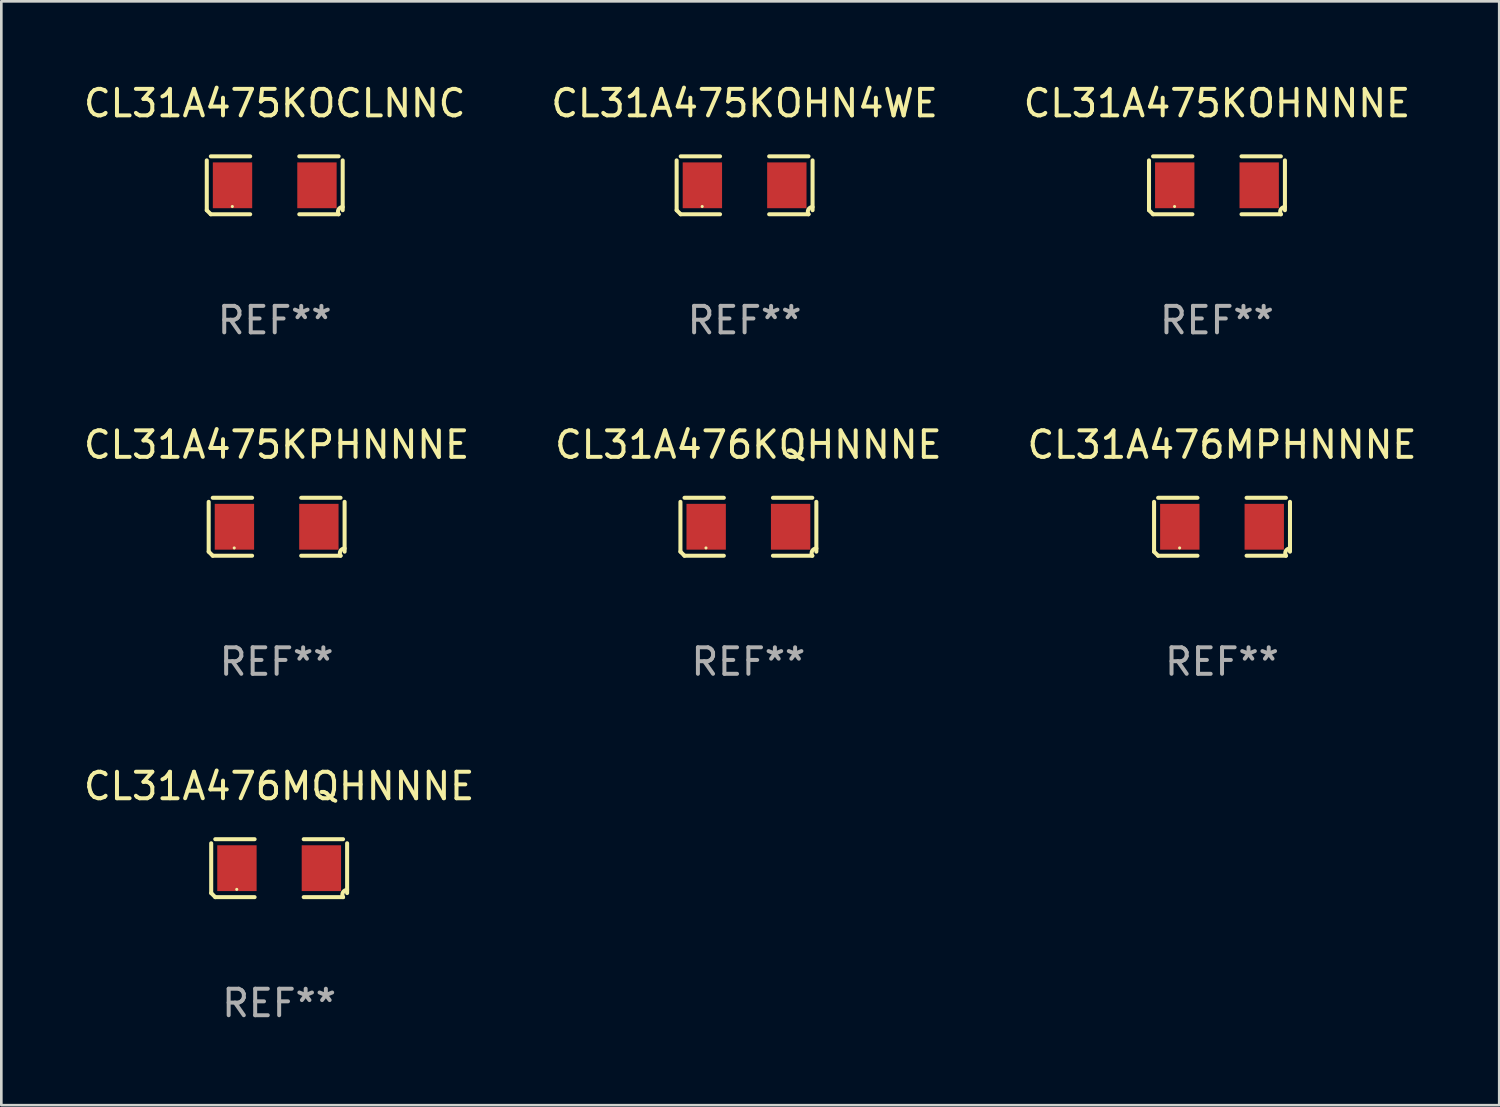
<source format=kicad_pcb>
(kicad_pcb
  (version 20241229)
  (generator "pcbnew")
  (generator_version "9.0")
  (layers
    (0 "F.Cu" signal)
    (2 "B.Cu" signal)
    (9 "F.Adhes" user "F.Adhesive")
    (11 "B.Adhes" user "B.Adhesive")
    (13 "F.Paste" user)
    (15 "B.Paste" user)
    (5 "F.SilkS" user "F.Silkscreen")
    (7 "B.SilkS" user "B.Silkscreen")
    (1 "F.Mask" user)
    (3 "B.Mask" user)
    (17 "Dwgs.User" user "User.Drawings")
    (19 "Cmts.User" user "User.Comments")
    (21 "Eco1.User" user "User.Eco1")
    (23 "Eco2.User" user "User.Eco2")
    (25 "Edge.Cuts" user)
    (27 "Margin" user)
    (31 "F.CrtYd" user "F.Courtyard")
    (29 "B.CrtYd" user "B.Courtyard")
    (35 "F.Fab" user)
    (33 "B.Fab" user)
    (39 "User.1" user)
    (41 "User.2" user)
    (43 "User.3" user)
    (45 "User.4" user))
  (footprint "CL31A475KOCLNNC"
    (layer "F.Cu")
    (at 7.315 3.941)
    (property "Reference" "CL31A475KOCLNNC" (at 0 -3.093 0) (layer "F.SilkS") (effects (font (size 1 1) (thickness 0.15))))
    (attr through_hole)
    (fp_line (start -2.564 0.94) (end -2.564 -0.94) (stroke (width 0.152) (type solid)) (layer "F.SilkS"))
    (fp_line (start -2.411 -1.093) (end -0.926 -1.093) (stroke (width 0.152) (type solid)) (layer "F.SilkS"))
    (fp_line (start -0.926 1.093) (end -2.411 1.093) (stroke (width 0.152) (type solid)) (layer "F.SilkS"))
    (fp_line (start 0.926 1.093) (end 2.411 1.093) (stroke (width 0.152) (type solid)) (layer "F.SilkS"))
    (fp_line (start 2.411 -1.093) (end 0.926 -1.093) (stroke (width 0.152) (type solid)) (layer "F.SilkS"))
    (fp_line (start 2.564 0.94) (end 2.564 -0.94) (stroke (width 0.152) (type solid)) (layer "F.SilkS"))
    (fp_arc (start -2.411201 1.092609) (mid -2.487413 1.01642) (end -2.563602 0.940208) (stroke (width 0.1524) (type solid)) (layer "F.SilkS"))
    (fp_arc (start 2.411201 1.092609) (mid 2.407159 0.911226) (end 2.563602 0.819347) (stroke (width 0.1524) (type solid)) (layer "F.SilkS"))
    (fp_circle (center -1.6 0.8) (end -1.57 0.8) (stroke (width 0.06) (type solid)) (fill no) (layer "F.SilkS"))
    (fp_text user "REF**" (at 0 5.093 0) (layer "F.Fab") (effects (font (size 1 1) (thickness 0.15))))
    (pad "1" smd rect (at -1.593 0) (size 1.485 1.728) (layers "F.Cu" "F.Mask" "F.Paste"))
    (pad "2" smd rect (at 1.593 0) (size 1.485 1.728) (layers "F.Cu" "F.Mask" "F.Paste")))
  (footprint "CL31A475KOHNNNE"
    (layer "F.Cu")
    (at 42.863 3.941)
    (property "Reference" "CL31A475KOHNNNE" (at 0 -3.093 0) (layer "F.SilkS") (effects (font (size 1 1) (thickness 0.15))))
    (attr through_hole)
    (fp_line (start -2.564 0.94) (end -2.564 -0.94) (stroke (width 0.152) (type solid)) (layer "F.SilkS"))
    (fp_line (start -2.411 -1.093) (end -0.926 -1.093) (stroke (width 0.152) (type solid)) (layer "F.SilkS"))
    (fp_line (start -0.926 1.093) (end -2.411 1.093) (stroke (width 0.152) (type solid)) (layer "F.SilkS"))
    (fp_line (start 0.926 1.093) (end 2.411 1.093) (stroke (width 0.152) (type solid)) (layer "F.SilkS"))
    (fp_line (start 2.411 -1.093) (end 0.926 -1.093) (stroke (width 0.152) (type solid)) (layer "F.SilkS"))
    (fp_line (start 2.564 0.94) (end 2.564 -0.94) (stroke (width 0.152) (type solid)) (layer "F.SilkS"))
    (fp_arc (start -2.411201 1.092609) (mid -2.487413 1.01642) (end -2.563602 0.940208) (stroke (width 0.1524) (type solid)) (layer "F.SilkS"))
    (fp_arc (start 2.411201 1.092609) (mid 2.407159 0.911226) (end 2.563602 0.819347) (stroke (width 0.1524) (type solid)) (layer "F.SilkS"))
    (fp_circle (center -1.6 0.8) (end -1.57 0.8) (stroke (width 0.06) (type solid)) (fill no) (layer "F.SilkS"))
    (fp_text user "REF**" (at 0 5.093 0) (layer "F.Fab") (effects (font (size 1 1) (thickness 0.15))))
    (pad "1" smd rect (at -1.593 0) (size 1.485 1.728) (layers "F.Cu" "F.Mask" "F.Paste"))
    (pad "2" smd rect (at 1.593 0) (size 1.485 1.728) (layers "F.Cu" "F.Mask" "F.Paste")))
  (footprint "CL31A475KPHNNNE"
    (layer "F.Cu")
    (at 7.387 16.823)
    (property "Reference" "CL31A475KPHNNNE" (at 0 -3.093 0) (layer "F.SilkS") (effects (font (size 1 1) (thickness 0.15))))
    (attr through_hole)
    (fp_line (start -2.564 0.94) (end -2.564 -0.94) (stroke (width 0.152) (type solid)) (layer "F.SilkS"))
    (fp_line (start -2.411 -1.093) (end -0.926 -1.093) (stroke (width 0.152) (type solid)) (layer "F.SilkS"))
    (fp_line (start -0.926 1.093) (end -2.411 1.093) (stroke (width 0.152) (type solid)) (layer "F.SilkS"))
    (fp_line (start 0.926 1.093) (end 2.411 1.093) (stroke (width 0.152) (type solid)) (layer "F.SilkS"))
    (fp_line (start 2.411 -1.093) (end 0.926 -1.093) (stroke (width 0.152) (type solid)) (layer "F.SilkS"))
    (fp_line (start 2.564 0.94) (end 2.564 -0.94) (stroke (width 0.152) (type solid)) (layer "F.SilkS"))
    (fp_arc (start -2.411201 1.092609) (mid -2.487413 1.01642) (end -2.563602 0.940208) (stroke (width 0.1524) (type solid)) (layer "F.SilkS"))
    (fp_arc (start 2.411201 1.092609) (mid 2.407159 0.911226) (end 2.563602 0.819347) (stroke (width 0.1524) (type solid)) (layer "F.SilkS"))
    (fp_circle (center -1.6 0.8) (end -1.57 0.8) (stroke (width 0.06) (type solid)) (fill no) (layer "F.SilkS"))
    (fp_text user "REF**" (at 0 5.093 0) (layer "F.Fab") (effects (font (size 1 1) (thickness 0.15))))
    (pad "1" smd rect (at -1.593 0) (size 1.485 1.728) (layers "F.Cu" "F.Mask" "F.Paste"))
    (pad "2" smd rect (at 1.593 0) (size 1.485 1.728) (layers "F.Cu" "F.Mask" "F.Paste")))
  (footprint "CL31A475KOHN4WE"
    (layer "F.Cu")
    (at 25.042 3.941)
    (property "Reference" "CL31A475KOHN4WE" (at 0 -3.093 0) (layer "F.SilkS") (effects (font (size 1 1) (thickness 0.15))))
    (attr through_hole)
    (fp_line (start -2.564 0.94) (end -2.564 -0.94) (stroke (width 0.152) (type solid)) (layer "F.SilkS"))
    (fp_line (start -2.411 -1.093) (end -0.926 -1.093) (stroke (width 0.152) (type solid)) (layer "F.SilkS"))
    (fp_line (start -0.926 1.093) (end -2.411 1.093) (stroke (width 0.152) (type solid)) (layer "F.SilkS"))
    (fp_line (start 0.926 1.093) (end 2.411 1.093) (stroke (width 0.152) (type solid)) (layer "F.SilkS"))
    (fp_line (start 2.411 -1.093) (end 0.926 -1.093) (stroke (width 0.152) (type solid)) (layer "F.SilkS"))
    (fp_line (start 2.564 0.94) (end 2.564 -0.94) (stroke (width 0.152) (type solid)) (layer "F.SilkS"))
    (fp_arc (start -2.411201 1.092609) (mid -2.487413 1.01642) (end -2.563602 0.940208) (stroke (width 0.1524) (type solid)) (layer "F.SilkS"))
    (fp_arc (start 2.411201 1.092609) (mid 2.407159 0.911226) (end 2.563602 0.819347) (stroke (width 0.1524) (type solid)) (layer "F.SilkS"))
    (fp_circle (center -1.6 0.8) (end -1.57 0.8) (stroke (width 0.06) (type solid)) (fill no) (layer "F.SilkS"))
    (fp_text user "REF**" (at 0 5.093 0) (layer "F.Fab") (effects (font (size 1 1) (thickness 0.15))))
    (pad "1" smd rect (at -1.593 0) (size 1.485 1.728) (layers "F.Cu" "F.Mask" "F.Paste"))
    (pad "2" smd rect (at 1.593 0) (size 1.485 1.728) (layers "F.Cu" "F.Mask" "F.Paste")))
  (footprint "CL31A476KQHNNNE"
    (layer "F.Cu")
    (at 25.185 16.823)
    (property "Reference" "CL31A476KQHNNNE" (at 0 -3.093 0) (layer "F.SilkS") (effects (font (size 1 1) (thickness 0.15))))
    (attr through_hole)
    (fp_line (start -2.564 0.94) (end -2.564 -0.94) (stroke (width 0.152) (type solid)) (layer "F.SilkS"))
    (fp_line (start -2.411 -1.093) (end -0.926 -1.093) (stroke (width 0.152) (type solid)) (layer "F.SilkS"))
    (fp_line (start -0.926 1.093) (end -2.411 1.093) (stroke (width 0.152) (type solid)) (layer "F.SilkS"))
    (fp_line (start 0.926 1.093) (end 2.411 1.093) (stroke (width 0.152) (type solid)) (layer "F.SilkS"))
    (fp_line (start 2.411 -1.093) (end 0.926 -1.093) (stroke (width 0.152) (type solid)) (layer "F.SilkS"))
    (fp_line (start 2.564 0.94) (end 2.564 -0.94) (stroke (width 0.152) (type solid)) (layer "F.SilkS"))
    (fp_arc (start -2.411201 1.092609) (mid -2.487413 1.01642) (end -2.563602 0.940208) (stroke (width 0.1524) (type solid)) (layer "F.SilkS"))
    (fp_arc (start 2.411201 1.092609) (mid 2.407159 0.911226) (end 2.563602 0.819347) (stroke (width 0.1524) (type solid)) (layer "F.SilkS"))
    (fp_circle (center -1.6 0.8) (end -1.57 0.8) (stroke (width 0.06) (type solid)) (fill no) (layer "F.SilkS"))
    (fp_text user "REF**" (at 0 5.093 0) (layer "F.Fab") (effects (font (size 1 1) (thickness 0.15))))
    (pad "1" smd rect (at -1.593 0) (size 1.485 1.728) (layers "F.Cu" "F.Mask" "F.Paste"))
    (pad "2" smd rect (at 1.593 0) (size 1.485 1.728) (layers "F.Cu" "F.Mask" "F.Paste")))
  (footprint "CL31A476MPHNNNE"
    (layer "F.Cu")
    (at 43.054 16.823)
    (property "Reference" "CL31A476MPHNNNE" (at 0 -3.093 0) (layer "F.SilkS") (effects (font (size 1 1) (thickness 0.15))))
    (attr through_hole)
    (fp_line (start -2.564 0.94) (end -2.564 -0.94) (stroke (width 0.152) (type solid)) (layer "F.SilkS"))
    (fp_line (start -2.411 -1.093) (end -0.926 -1.093) (stroke (width 0.152) (type solid)) (layer "F.SilkS"))
    (fp_line (start -0.926 1.093) (end -2.411 1.093) (stroke (width 0.152) (type solid)) (layer "F.SilkS"))
    (fp_line (start 0.926 1.093) (end 2.411 1.093) (stroke (width 0.152) (type solid)) (layer "F.SilkS"))
    (fp_line (start 2.411 -1.093) (end 0.926 -1.093) (stroke (width 0.152) (type solid)) (layer "F.SilkS"))
    (fp_line (start 2.564 0.94) (end 2.564 -0.94) (stroke (width 0.152) (type solid)) (layer "F.SilkS"))
    (fp_arc (start -2.411201 1.092609) (mid -2.487413 1.01642) (end -2.563602 0.940208) (stroke (width 0.1524) (type solid)) (layer "F.SilkS"))
    (fp_arc (start 2.411201 1.092609) (mid 2.407159 0.911226) (end 2.563602 0.819347) (stroke (width 0.1524) (type solid)) (layer "F.SilkS"))
    (fp_circle (center -1.6 0.8) (end -1.57 0.8) (stroke (width 0.06) (type solid)) (fill no) (layer "F.SilkS"))
    (fp_text user "REF**" (at 0 5.093 0) (layer "F.Fab") (effects (font (size 1 1) (thickness 0.15))))
    (pad "1" smd rect (at -1.593 0) (size 1.485 1.728) (layers "F.Cu" "F.Mask" "F.Paste"))
    (pad "2" smd rect (at 1.593 0) (size 1.485 1.728) (layers "F.Cu" "F.Mask" "F.Paste")))
  (footprint "CL31A476MQHNNNE"
    (layer "F.Cu")
    (at 7.482 29.704)
    (property "Reference" "CL31A476MQHNNNE" (at 0 -3.093 0) (layer "F.SilkS") (effects (font (size 1 1) (thickness 0.15))))
    (attr through_hole)
    (fp_line (start -2.564 0.94) (end -2.564 -0.94) (stroke (width 0.152) (type solid)) (layer "F.SilkS"))
    (fp_line (start -2.411 -1.093) (end -0.926 -1.093) (stroke (width 0.152) (type solid)) (layer "F.SilkS"))
    (fp_line (start -0.926 1.093) (end -2.411 1.093) (stroke (width 0.152) (type solid)) (layer "F.SilkS"))
    (fp_line (start 0.926 1.093) (end 2.411 1.093) (stroke (width 0.152) (type solid)) (layer "F.SilkS"))
    (fp_line (start 2.411 -1.093) (end 0.926 -1.093) (stroke (width 0.152) (type solid)) (layer "F.SilkS"))
    (fp_line (start 2.564 0.94) (end 2.564 -0.94) (stroke (width 0.152) (type solid)) (layer "F.SilkS"))
    (fp_arc (start -2.411201 1.092609) (mid -2.487413 1.01642) (end -2.563602 0.940208) (stroke (width 0.1524) (type solid)) (layer "F.SilkS"))
    (fp_arc (start 2.411201 1.092609) (mid 2.407159 0.911226) (end 2.563602 0.819347) (stroke (width 0.1524) (type solid)) (layer "F.SilkS"))
    (fp_circle (center -1.6 0.8) (end -1.57 0.8) (stroke (width 0.06) (type solid)) (fill no) (layer "F.SilkS"))
    (fp_text user "REF**" (at 0 5.093 0) (layer "F.Fab") (effects (font (size 1 1) (thickness 0.15))))
    (pad "1" smd rect (at -1.593 0) (size 1.485 1.728) (layers "F.Cu" "F.Mask" "F.Paste"))
    (pad "2" smd rect (at 1.593 0) (size 1.485 1.728) (layers "F.Cu" "F.Mask" "F.Paste")))
  (gr_rect
    (start -3 -3)
    (end 53.512 38.645)
    (stroke (width 0.1) (type default))
    (fill no)
    (layer "Edge.Cuts")))
</source>
